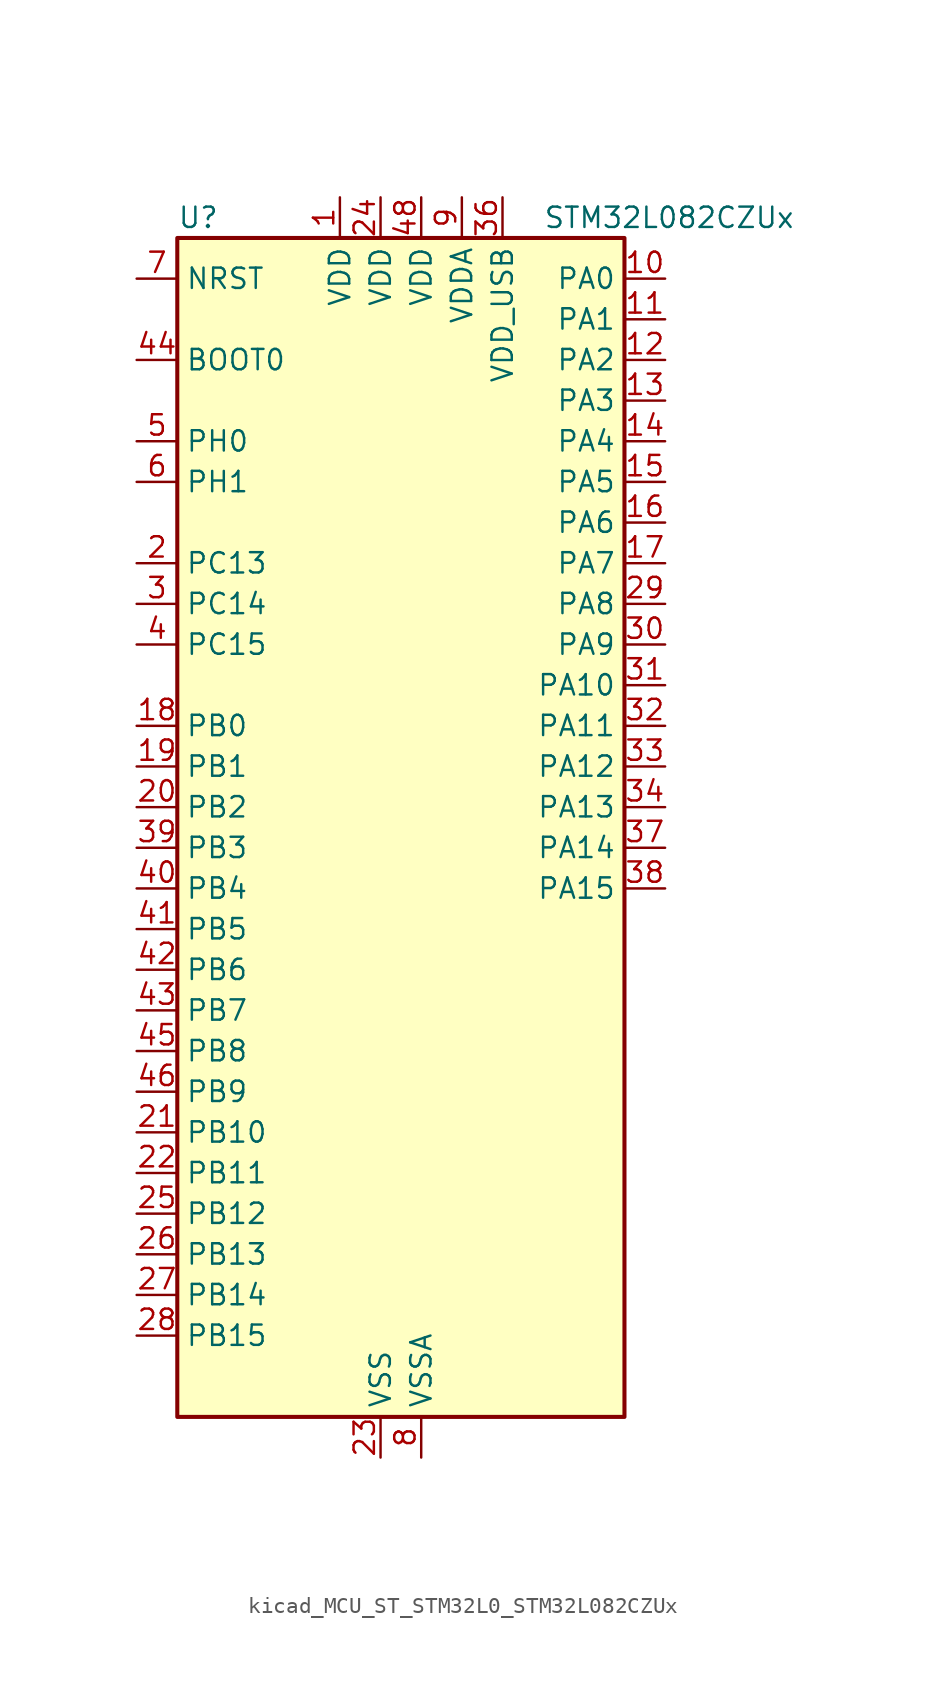
<source format=kicad_sym>
(kicad_symbol_lib
  (version 20220914)
  (generator kicad_symbol_editor)
  (symbol "kicad_MCU_ST_STM32L0_STM32L082CZUx"
    (property "Reference" "U"
      (at -12.7 39.37 0)
      (effects (font (size 1.27 1.27)) (justify left)))
    (property "Value" "STM32L082CZUx"
      (at 10.16 39.37 0)
      (effects (font (size 1.27 1.27)) (justify left)))
    (property "ki_locked" ""
      (at 0 0 0)
      (effects (font (size 1.27 1.27))))
    (symbol "kicad_MCU_ST_STM32L0_STM32L082CZUx_0_1"
      (rectangle (start -12.7 -35.56) (end 15.24 38.1) (stroke (width 0.254) (type default)) (fill (type background))))
    (symbol "kicad_MCU_ST_STM32L0_STM32L082CZUx_1_1"
      (pin power_in line (at -2.54 40.64 270) (length 2.54) (name "VDD" (effects (font (size 1.27 1.27)))) (number "1" (effects (font (size 1.27 1.27)))))
      (pin bidirectional line (at 17.78 35.56 180) (length 2.54) (name "PA0" (effects (font (size 1.27 1.27)))) (number "10" (effects (font (size 1.27 1.27)))) (alternate "ADC_IN0" bidirectional line) (alternate "COMP1_INM" bidirectional line) (alternate "COMP1_OUT" bidirectional line) (alternate "RTC_TAMP2" bidirectional line) (alternate "SYS_WKUP1" bidirectional line) (alternate "TIM2_CH1" bidirectional line) (alternate "TIM2_ETR" bidirectional line) (alternate "TSC_G1_IO1" bidirectional line) (alternate "USART2_CTS" bidirectional line) (alternate "USART4_TX" bidirectional line))
      (pin bidirectional line (at 17.78 33.02 180) (length 2.54) (name "PA1" (effects (font (size 1.27 1.27)))) (number "11" (effects (font (size 1.27 1.27)))) (alternate "ADC_IN1" bidirectional line) (alternate "COMP1_INP" bidirectional line) (alternate "TIM21_ETR" bidirectional line) (alternate "TIM2_CH2" bidirectional line) (alternate "TSC_G1_IO2" bidirectional line) (alternate "USART2_DE" bidirectional line) (alternate "USART2_RTS" bidirectional line) (alternate "USART4_RX" bidirectional line))
      (pin bidirectional line (at 17.78 30.48 180) (length 2.54) (name "PA2" (effects (font (size 1.27 1.27)))) (number "12" (effects (font (size 1.27 1.27)))) (alternate "ADC_IN2" bidirectional line) (alternate "COMP2_INM" bidirectional line) (alternate "COMP2_OUT" bidirectional line) (alternate "LPUART1_TX" bidirectional line) (alternate "TIM21_CH1" bidirectional line) (alternate "TIM2_CH3" bidirectional line) (alternate "TSC_G1_IO3" bidirectional line) (alternate "USART2_TX" bidirectional line))
      (pin bidirectional line (at 17.78 27.94 180) (length 2.54) (name "PA3" (effects (font (size 1.27 1.27)))) (number "13" (effects (font (size 1.27 1.27)))) (alternate "ADC_IN3" bidirectional line) (alternate "COMP2_INP" bidirectional line) (alternate "LPUART1_RX" bidirectional line) (alternate "TIM21_CH2" bidirectional line) (alternate "TIM2_CH4" bidirectional line) (alternate "TSC_G1_IO4" bidirectional line) (alternate "USART2_RX" bidirectional line))
      (pin bidirectional line (at 17.78 25.4 180) (length 2.54) (name "PA4" (effects (font (size 1.27 1.27)))) (number "14" (effects (font (size 1.27 1.27)))) (alternate "ADC_IN4" bidirectional line) (alternate "COMP1_INM" bidirectional line) (alternate "COMP2_INM" bidirectional line) (alternate "DAC_OUT1" bidirectional line) (alternate "SPI1_NSS" bidirectional line) (alternate "TIM22_ETR" bidirectional line) (alternate "TSC_G2_IO1" bidirectional line) (alternate "USART2_CK" bidirectional line))
      (pin bidirectional line (at 17.78 22.86 180) (length 2.54) (name "PA5" (effects (font (size 1.27 1.27)))) (number "15" (effects (font (size 1.27 1.27)))) (alternate "ADC_IN5" bidirectional line) (alternate "COMP1_INM" bidirectional line) (alternate "COMP2_INM" bidirectional line) (alternate "DAC_OUT2" bidirectional line) (alternate "SPI1_SCK" bidirectional line) (alternate "TIM2_CH1" bidirectional line) (alternate "TIM2_ETR" bidirectional line) (alternate "TSC_G2_IO2" bidirectional line))
      (pin bidirectional line (at 17.78 20.32 180) (length 2.54) (name "PA6" (effects (font (size 1.27 1.27)))) (number "16" (effects (font (size 1.27 1.27)))) (alternate "ADC_IN6" bidirectional line) (alternate "COMP1_OUT" bidirectional line) (alternate "LPUART1_CTS" bidirectional line) (alternate "SPI1_MISO" bidirectional line) (alternate "TIM22_CH1" bidirectional line) (alternate "TIM3_CH1" bidirectional line) (alternate "TSC_G2_IO3" bidirectional line))
      (pin bidirectional line (at 17.78 17.78 180) (length 2.54) (name "PA7" (effects (font (size 1.27 1.27)))) (number "17" (effects (font (size 1.27 1.27)))) (alternate "ADC_IN7" bidirectional line) (alternate "COMP2_OUT" bidirectional line) (alternate "SPI1_MOSI" bidirectional line) (alternate "TIM22_CH2" bidirectional line) (alternate "TIM3_CH2" bidirectional line) (alternate "TSC_G2_IO4" bidirectional line))
      (pin bidirectional line (at -15.24 7.62 0) (length 2.54) (name "PB0" (effects (font (size 1.27 1.27)))) (number "18" (effects (font (size 1.27 1.27)))) (alternate "ADC_IN8" bidirectional line) (alternate "SYS_VREF_OUT_PB0" bidirectional line) (alternate "TIM3_CH3" bidirectional line) (alternate "TSC_G3_IO2" bidirectional line))
      (pin bidirectional line (at -15.24 5.08 0) (length 2.54) (name "PB1" (effects (font (size 1.27 1.27)))) (number "19" (effects (font (size 1.27 1.27)))) (alternate "ADC_IN9" bidirectional line) (alternate "LPUART1_DE" bidirectional line) (alternate "LPUART1_RTS" bidirectional line) (alternate "SYS_VREF_OUT_PB1" bidirectional line) (alternate "TIM3_CH4" bidirectional line) (alternate "TSC_G3_IO3" bidirectional line))
      (pin bidirectional line (at -15.24 17.78 0) (length 2.54) (name "PC13" (effects (font (size 1.27 1.27)))) (number "2" (effects (font (size 1.27 1.27)))) (alternate "RTC_OUT_ALARM" bidirectional line) (alternate "RTC_OUT_CALIB" bidirectional line) (alternate "RTC_TAMP1" bidirectional line) (alternate "RTC_TS" bidirectional line) (alternate "SYS_WKUP2" bidirectional line))
      (pin bidirectional line (at -15.24 2.54 0) (length 2.54) (name "PB2" (effects (font (size 1.27 1.27)))) (number "20" (effects (font (size 1.27 1.27)))) (alternate "I2C3_SMBA" bidirectional line) (alternate "LPTIM1_OUT" bidirectional line) (alternate "TSC_G3_IO4" bidirectional line))
      (pin bidirectional line (at -15.24 -17.78 0) (length 2.54) (name "PB10" (effects (font (size 1.27 1.27)))) (number "21" (effects (font (size 1.27 1.27)))) (alternate "I2C2_SCL" bidirectional line) (alternate "LPUART1_RX" bidirectional line) (alternate "LPUART1_TX" bidirectional line) (alternate "SPI2_SCK" bidirectional line) (alternate "TIM2_CH3" bidirectional line) (alternate "TSC_SYNC" bidirectional line))
      (pin bidirectional line (at -15.24 -20.32 0) (length 2.54) (name "PB11" (effects (font (size 1.27 1.27)))) (number "22" (effects (font (size 1.27 1.27)))) (alternate "ADC_EXTI11" bidirectional line) (alternate "I2C2_SDA" bidirectional line) (alternate "LPUART1_RX" bidirectional line) (alternate "LPUART1_TX" bidirectional line) (alternate "TIM2_CH4" bidirectional line) (alternate "TSC_G6_IO1" bidirectional line))
      (pin power_in line (at 0 -38.1 90) (length 2.54) (name "VSS" (effects (font (size 1.27 1.27)))) (number "23" (effects (font (size 1.27 1.27)))))
      (pin power_in line (at 0 40.64 270) (length 2.54) (name "VDD" (effects (font (size 1.27 1.27)))) (number "24" (effects (font (size 1.27 1.27)))))
      (pin bidirectional line (at -15.24 -22.86 0) (length 2.54) (name "PB12" (effects (font (size 1.27 1.27)))) (number "25" (effects (font (size 1.27 1.27)))) (alternate "I2S2_WS" bidirectional line) (alternate "LPUART1_DE" bidirectional line) (alternate "LPUART1_RTS" bidirectional line) (alternate "SPI2_NSS" bidirectional line) (alternate "TSC_G6_IO2" bidirectional line))
      (pin bidirectional line (at -15.24 -25.4 0) (length 2.54) (name "PB13" (effects (font (size 1.27 1.27)))) (number "26" (effects (font (size 1.27 1.27)))) (alternate "I2C2_SCL" bidirectional line) (alternate "I2S2_CK" bidirectional line) (alternate "LPUART1_CTS" bidirectional line) (alternate "RCC_MCO" bidirectional line) (alternate "SPI2_SCK" bidirectional line) (alternate "TIM21_CH1" bidirectional line) (alternate "TSC_G6_IO3" bidirectional line))
      (pin bidirectional line (at -15.24 -27.94 0) (length 2.54) (name "PB14" (effects (font (size 1.27 1.27)))) (number "27" (effects (font (size 1.27 1.27)))) (alternate "I2C2_SDA" bidirectional line) (alternate "I2S2_MCK" bidirectional line) (alternate "LPUART1_DE" bidirectional line) (alternate "LPUART1_RTS" bidirectional line) (alternate "RTC_OUT_ALARM" bidirectional line) (alternate "RTC_OUT_CALIB" bidirectional line) (alternate "SPI2_MISO" bidirectional line) (alternate "TIM21_CH2" bidirectional line) (alternate "TSC_G6_IO4" bidirectional line))
      (pin bidirectional line (at -15.24 -30.48 0) (length 2.54) (name "PB15" (effects (font (size 1.27 1.27)))) (number "28" (effects (font (size 1.27 1.27)))) (alternate "I2S2_SD" bidirectional line) (alternate "RTC_REFIN" bidirectional line) (alternate "SPI2_MOSI" bidirectional line))
      (pin bidirectional line (at 17.78 15.24 180) (length 2.54) (name "PA8" (effects (font (size 1.27 1.27)))) (number "29" (effects (font (size 1.27 1.27)))) (alternate "CRS_SYNC" bidirectional line) (alternate "I2C3_SCL" bidirectional line) (alternate "RCC_MCO" bidirectional line) (alternate "USART1_CK" bidirectional line))
      (pin bidirectional line (at -15.24 15.24 0) (length 2.54) (name "PC14" (effects (font (size 1.27 1.27)))) (number "3" (effects (font (size 1.27 1.27)))) (alternate "RCC_OSC32_IN" bidirectional line))
      (pin bidirectional line (at 17.78 12.7 180) (length 2.54) (name "PA9" (effects (font (size 1.27 1.27)))) (number "30" (effects (font (size 1.27 1.27)))) (alternate "DAC_EXTI9" bidirectional line) (alternate "I2C1_SCL" bidirectional line) (alternate "I2C3_SMBA" bidirectional line) (alternate "RCC_MCO" bidirectional line) (alternate "TSC_G4_IO1" bidirectional line) (alternate "USART1_TX" bidirectional line))
      (pin bidirectional line (at 17.78 10.16 180) (length 2.54) (name "PA10" (effects (font (size 1.27 1.27)))) (number "31" (effects (font (size 1.27 1.27)))) (alternate "I2C1_SDA" bidirectional line) (alternate "TSC_G4_IO2" bidirectional line) (alternate "USART1_RX" bidirectional line))
      (pin bidirectional line (at 17.78 7.62 180) (length 2.54) (name "PA11" (effects (font (size 1.27 1.27)))) (number "32" (effects (font (size 1.27 1.27)))) (alternate "ADC_EXTI11" bidirectional line) (alternate "COMP1_OUT" bidirectional line) (alternate "SPI1_MISO" bidirectional line) (alternate "TSC_G4_IO3" bidirectional line) (alternate "USART1_CTS" bidirectional line) (alternate "USB_DM" bidirectional line))
      (pin bidirectional line (at 17.78 5.08 180) (length 2.54) (name "PA12" (effects (font (size 1.27 1.27)))) (number "33" (effects (font (size 1.27 1.27)))) (alternate "COMP2_OUT" bidirectional line) (alternate "SPI1_MOSI" bidirectional line) (alternate "TSC_G4_IO4" bidirectional line) (alternate "USART1_DE" bidirectional line) (alternate "USART1_RTS" bidirectional line) (alternate "USB_DP" bidirectional line))
      (pin bidirectional line (at 17.78 2.54 180) (length 2.54) (name "PA13" (effects (font (size 1.27 1.27)))) (number "34" (effects (font (size 1.27 1.27)))) (alternate "LPUART1_RX" bidirectional line) (alternate "SYS_SWDIO" bidirectional line) (alternate "USB_NOE" bidirectional line))
      (pin passive line (at 0 -38.1 90) (length 2.54) hide (name "VSS" (effects (font (size 1.27 1.27)))) (number "35" (effects (font (size 1.27 1.27)))))
      (pin power_in line (at 7.62 40.64 270) (length 2.54) (name "VDD_USB" (effects (font (size 1.27 1.27)))) (number "36" (effects (font (size 1.27 1.27)))))
      (pin bidirectional line (at 17.78 0 180) (length 2.54) (name "PA14" (effects (font (size 1.27 1.27)))) (number "37" (effects (font (size 1.27 1.27)))) (alternate "LPUART1_TX" bidirectional line) (alternate "SYS_SWCLK" bidirectional line) (alternate "USART2_TX" bidirectional line))
      (pin bidirectional line (at 17.78 -2.54 180) (length 2.54) (name "PA15" (effects (font (size 1.27 1.27)))) (number "38" (effects (font (size 1.27 1.27)))) (alternate "SPI1_NSS" bidirectional line) (alternate "TIM2_CH1" bidirectional line) (alternate "TIM2_ETR" bidirectional line) (alternate "USART2_RX" bidirectional line) (alternate "USART4_DE" bidirectional line) (alternate "USART4_RTS" bidirectional line))
      (pin bidirectional line (at -15.24 0 0) (length 2.54) (name "PB3" (effects (font (size 1.27 1.27)))) (number "39" (effects (font (size 1.27 1.27)))) (alternate "COMP2_INM" bidirectional line) (alternate "SPI1_SCK" bidirectional line) (alternate "TIM2_CH2" bidirectional line) (alternate "TSC_G5_IO1" bidirectional line) (alternate "USART1_DE" bidirectional line) (alternate "USART1_RTS" bidirectional line) (alternate "USART5_TX" bidirectional line))
      (pin bidirectional line (at -15.24 12.7 0) (length 2.54) (name "PC15" (effects (font (size 1.27 1.27)))) (number "4" (effects (font (size 1.27 1.27)))) (alternate "RCC_OSC32_OUT" bidirectional line))
      (pin bidirectional line (at -15.24 -2.54 0) (length 2.54) (name "PB4" (effects (font (size 1.27 1.27)))) (number "40" (effects (font (size 1.27 1.27)))) (alternate "COMP2_INP" bidirectional line) (alternate "I2C3_SDA" bidirectional line) (alternate "SPI1_MISO" bidirectional line) (alternate "TIM22_CH1" bidirectional line) (alternate "TIM3_CH1" bidirectional line) (alternate "TSC_G5_IO2" bidirectional line) (alternate "USART1_CTS" bidirectional line) (alternate "USART5_RX" bidirectional line))
      (pin bidirectional line (at -15.24 -5.08 0) (length 2.54) (name "PB5" (effects (font (size 1.27 1.27)))) (number "41" (effects (font (size 1.27 1.27)))) (alternate "COMP2_INP" bidirectional line) (alternate "I2C1_SMBA" bidirectional line) (alternate "LPTIM1_IN1" bidirectional line) (alternate "SPI1_MOSI" bidirectional line) (alternate "TIM22_CH2" bidirectional line) (alternate "TIM3_CH2" bidirectional line) (alternate "USART1_CK" bidirectional line) (alternate "USART5_CK" bidirectional line) (alternate "USART5_DE" bidirectional line) (alternate "USART5_RTS" bidirectional line))
      (pin bidirectional line (at -15.24 -7.62 0) (length 2.54) (name "PB6" (effects (font (size 1.27 1.27)))) (number "42" (effects (font (size 1.27 1.27)))) (alternate "COMP2_INP" bidirectional line) (alternate "I2C1_SCL" bidirectional line) (alternate "LPTIM1_ETR" bidirectional line) (alternate "TSC_G5_IO3" bidirectional line) (alternate "USART1_TX" bidirectional line))
      (pin bidirectional line (at -15.24 -10.16 0) (length 2.54) (name "PB7" (effects (font (size 1.27 1.27)))) (number "43" (effects (font (size 1.27 1.27)))) (alternate "COMP2_INP" bidirectional line) (alternate "I2C1_SDA" bidirectional line) (alternate "LPTIM1_IN2" bidirectional line) (alternate "SYS_PVD_IN" bidirectional line) (alternate "TSC_G5_IO4" bidirectional line) (alternate "USART1_RX" bidirectional line) (alternate "USART4_CTS" bidirectional line))
      (pin input line (at -15.24 30.48 0) (length 2.54) (name "BOOT0" (effects (font (size 1.27 1.27)))) (number "44" (effects (font (size 1.27 1.27)))))
      (pin bidirectional line (at -15.24 -12.7 0) (length 2.54) (name "PB8" (effects (font (size 1.27 1.27)))) (number "45" (effects (font (size 1.27 1.27)))) (alternate "I2C1_SCL" bidirectional line) (alternate "TSC_SYNC" bidirectional line))
      (pin bidirectional line (at -15.24 -15.24 0) (length 2.54) (name "PB9" (effects (font (size 1.27 1.27)))) (number "46" (effects (font (size 1.27 1.27)))) (alternate "DAC_EXTI9" bidirectional line) (alternate "I2C1_SDA" bidirectional line) (alternate "I2S2_WS" bidirectional line) (alternate "SPI2_NSS" bidirectional line))
      (pin passive line (at 0 -38.1 90) (length 2.54) hide (name "VSS" (effects (font (size 1.27 1.27)))) (number "47" (effects (font (size 1.27 1.27)))))
      (pin power_in line (at 2.54 40.64 270) (length 2.54) (name "VDD" (effects (font (size 1.27 1.27)))) (number "48" (effects (font (size 1.27 1.27)))))
      (pin passive line (at 0 -38.1 90) (length 2.54) hide (name "VSS" (effects (font (size 1.27 1.27)))) (number "49" (effects (font (size 1.27 1.27)))))
      (pin bidirectional line (at -15.24 25.4 0) (length 2.54) (name "PH0" (effects (font (size 1.27 1.27)))) (number "5" (effects (font (size 1.27 1.27)))) (alternate "CRS_SYNC" bidirectional line) (alternate "RCC_OSC_IN" bidirectional line))
      (pin bidirectional line (at -15.24 22.86 0) (length 2.54) (name "PH1" (effects (font (size 1.27 1.27)))) (number "6" (effects (font (size 1.27 1.27)))) (alternate "RCC_OSC_OUT" bidirectional line))
      (pin input line (at -15.24 35.56 0) (length 2.54) (name "NRST" (effects (font (size 1.27 1.27)))) (number "7" (effects (font (size 1.27 1.27)))))
      (pin power_in line (at 2.54 -38.1 90) (length 2.54) (name "VSSA" (effects (font (size 1.27 1.27)))) (number "8" (effects (font (size 1.27 1.27)))))
      (pin power_in line (at 5.08 40.64 270) (length 2.54) (name "VDDA" (effects (font (size 1.27 1.27)))) (number "9" (effects (font (size 1.27 1.27))))))))
</source>
